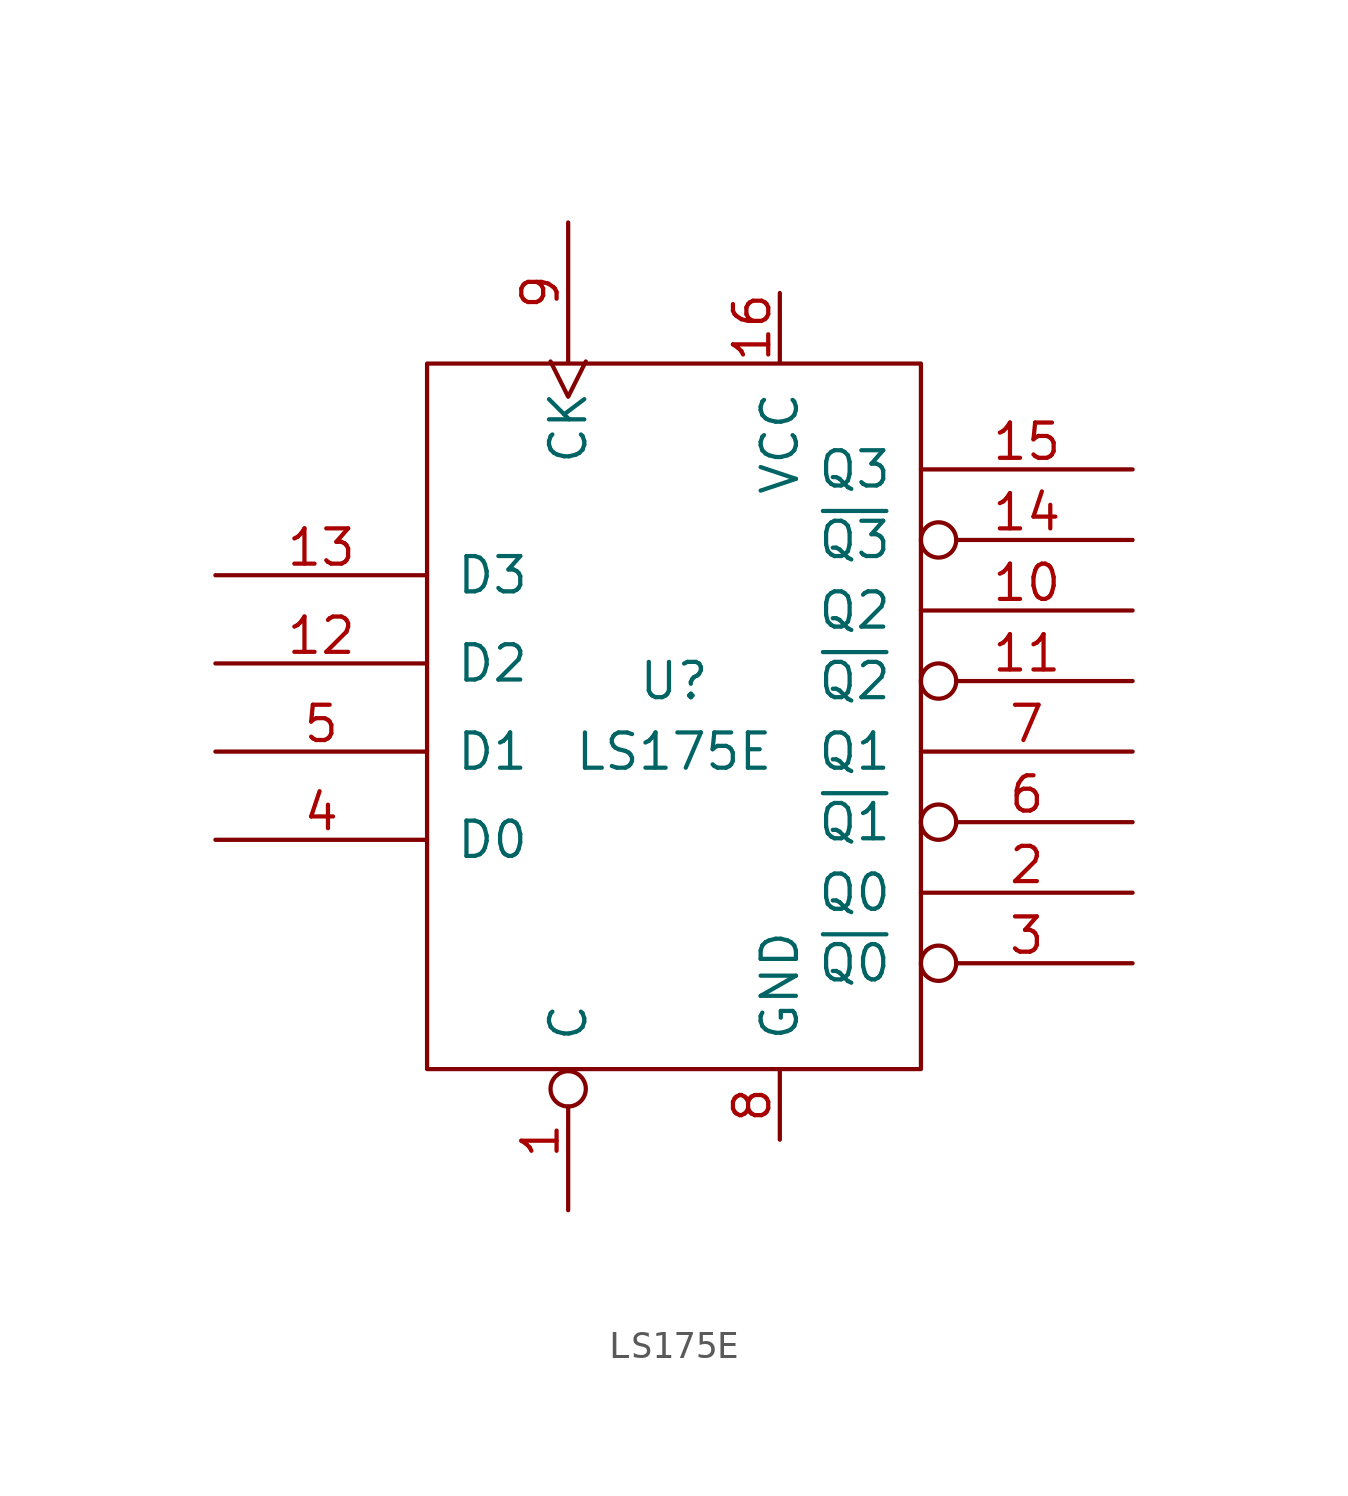
<source format=kicad_sym>
(kicad_symbol_lib
  (version 20211014)
  (generator kicad_symbol_editor)
  (symbol "LS175E"
    (pin_names
      (offset 1.016))
    (property "Reference" "U"
      (at 0 1.27 0)
      (effects (font (size 1.27 1.27))))
    (property "Value" "LS175E"
      (at 0 -1.27 0)
      (effects (font (size 1.27 1.27))))
    (symbol "LS175E_1_1"
      (rectangle (start -8.89 12.7) (end 8.89 -12.7) (stroke (width 0) (type default) (color 0 0 0 0)) (fill (type none)))
      (pin input inverted (at -3.81 -17.78 90) (length 5.004) (name "C" (effects (font (size 1.27 1.27)))) (number "1" (effects (font (size 1.27 1.27)))))
      (pin output line (at 16.51 3.81 180) (length 7.62) (name "Q2" (effects (font (size 1.27 1.27)))) (number "10" (effects (font (size 1.27 1.27)))))
      (pin output inverted (at 16.51 1.27 180) (length 7.62) (name "~{Q2}" (effects (font (size 1.27 1.27)))) (number "11" (effects (font (size 1.27 1.27)))))
      (pin input line (at -16.51 1.905 0) (length 7.62) (name "D2" (effects (font (size 1.27 1.27)))) (number "12" (effects (font (size 1.27 1.27)))))
      (pin input line (at -16.51 5.08 0) (length 7.62) (name "D3" (effects (font (size 1.27 1.27)))) (number "13" (effects (font (size 1.27 1.27)))))
      (pin output inverted (at 16.51 6.35 180) (length 7.62) (name "~{Q3}" (effects (font (size 1.27 1.27)))) (number "14" (effects (font (size 1.27 1.27)))))
      (pin output line (at 16.51 8.89 180) (length 7.62) (name "Q3" (effects (font (size 1.27 1.27)))) (number "15" (effects (font (size 1.27 1.27)))))
      (pin power_in line (at 3.81 15.24 270) (length 2.489) (name "VCC" (effects (font (size 1.27 1.27)))) (number "16" (effects (font (size 1.27 1.27)))))
      (pin output line (at 16.51 -6.35 180) (length 7.62) (name "Q0" (effects (font (size 1.27 1.27)))) (number "2" (effects (font (size 1.27 1.27)))))
      (pin output inverted (at 16.51 -8.89 180) (length 7.62) (name "~{Q0}" (effects (font (size 1.27 1.27)))) (number "3" (effects (font (size 1.27 1.27)))))
      (pin input line (at -16.51 -4.445 0) (length 7.62) (name "D0" (effects (font (size 1.27 1.27)))) (number "4" (effects (font (size 1.27 1.27)))))
      (pin input line (at -16.51 -1.27 0) (length 7.62) (name "D1" (effects (font (size 1.27 1.27)))) (number "5" (effects (font (size 1.27 1.27)))))
      (pin output inverted (at 16.51 -3.81 180) (length 7.62) (name "~{Q1}" (effects (font (size 1.27 1.27)))) (number "6" (effects (font (size 1.27 1.27)))))
      (pin output line (at 16.51 -1.27 180) (length 7.62) (name "Q1" (effects (font (size 1.27 1.27)))) (number "7" (effects (font (size 1.27 1.27)))))
      (pin power_in line (at 3.81 -15.24 90) (length 2.489) (name "GND" (effects (font (size 1.27 1.27)))) (number "8" (effects (font (size 1.27 1.27)))))
      (pin input clock (at -3.81 17.78 270) (length 5.004) (name "CK" (effects (font (size 1.27 1.27)))) (number "9" (effects (font (size 1.27 1.27))))))))
</source>
